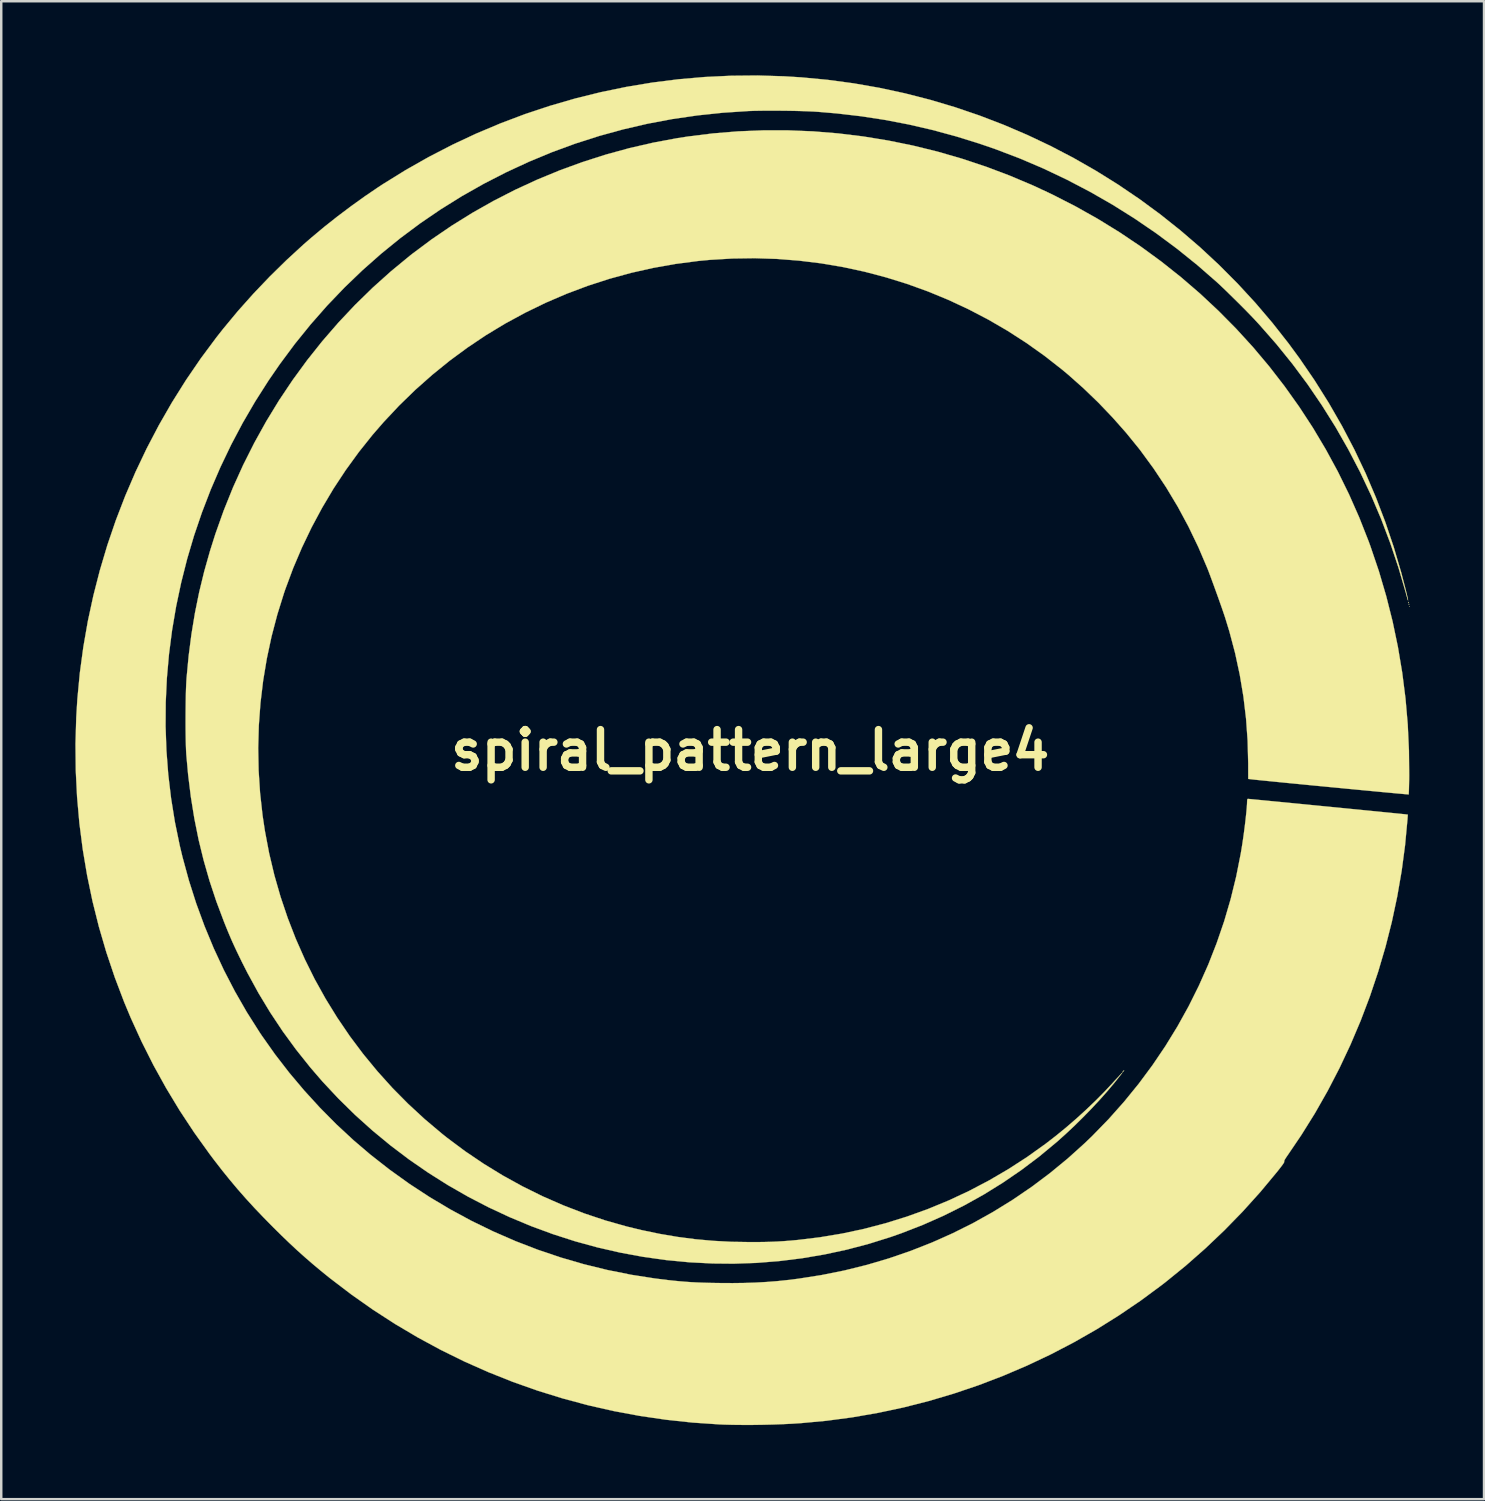
<source format=kicad_pcb>
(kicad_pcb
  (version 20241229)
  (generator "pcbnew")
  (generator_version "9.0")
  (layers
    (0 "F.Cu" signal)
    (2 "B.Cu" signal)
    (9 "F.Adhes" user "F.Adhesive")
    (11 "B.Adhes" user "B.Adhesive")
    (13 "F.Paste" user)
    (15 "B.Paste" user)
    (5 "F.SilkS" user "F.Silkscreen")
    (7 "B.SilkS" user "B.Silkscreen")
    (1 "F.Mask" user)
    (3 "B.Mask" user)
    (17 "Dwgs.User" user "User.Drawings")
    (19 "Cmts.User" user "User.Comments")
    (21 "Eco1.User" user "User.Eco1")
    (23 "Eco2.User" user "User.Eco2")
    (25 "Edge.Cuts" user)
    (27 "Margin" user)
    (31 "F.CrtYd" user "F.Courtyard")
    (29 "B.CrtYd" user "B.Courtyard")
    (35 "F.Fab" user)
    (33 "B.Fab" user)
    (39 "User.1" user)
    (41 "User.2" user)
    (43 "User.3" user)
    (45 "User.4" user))
  (footprint "spiral_pattern_large4"
    (layer "F.Cu")
    (at 27.311 27.311)
    (property "Reference" "spiral_pattern_large4" (at 0 0 0) (layer "F.SilkS") (effects (font (size 1.524 1.524) (thickness 0.3))))
    (attr through_hole)
    (fp_poly (pts (xy 26.691 -5.81) (xy 26.681 -5.8) (xy 26.67 -5.81) (xy 26.681 -5.821) (xy 26.691 -5.81)) (stroke (width 0.01) (type solid)) (fill yes) (layer "F.SilkS"))
    (fp_poly (pts (xy 26.642 -5.994) (xy 26.645 -5.961) (xy 26.64 -5.954) (xy 26.631 -5.96) (xy 26.629 -5.981) (xy 26.635 -6.004) (xy 26.642 -5.994)) (stroke (width 0.01) (type solid)) (fill yes) (layer "F.SilkS"))
    (fp_poly (pts (xy 26.663 -5.92) (xy 26.665 -5.894) (xy 26.663 -5.891) (xy 26.65 -5.894) (xy 26.649 -5.905) (xy 26.657 -5.923) (xy 26.663 -5.92)) (stroke (width 0.01) (type solid)) (fill yes) (layer "F.SilkS"))
    (fp_poly (pts (xy 15.128 12.965) (xy 15.116 12.98) (xy 15.085 13.013) (xy 15.071 13.013) (xy 15.071 13.01) (xy 15.085 12.992) (xy 15.108 12.972) (xy 15.133 12.954) (xy 15.128 12.965)) (stroke (width 0.01) (type solid)) (fill yes) (layer "F.SilkS"))
    (fp_poly (pts (xy 1.535 -25.086) (xy 2.55 -25.045) (xy 3.564 -24.962) (xy 4.574 -24.839) (xy 5.58 -24.675) (xy 6.581 -24.471) (xy 7.575 -24.227) (xy 8.56 -23.942) (xy 9.536 -23.618) (xy 10.501 -23.254) (xy 11.454 -22.851) (xy 12.23 -22.488) (xy 13.161 -22.012) (xy 14.068 -21.502) (xy 14.95 -20.959) (xy 15.805 -20.384) (xy 16.634 -19.778) (xy 17.436 -19.141) (xy 18.209 -18.475) (xy 18.953 -17.779) (xy 19.668 -17.056) (xy 20.353 -16.306) (xy 21.006 -15.529) (xy 21.627 -14.726) (xy 22.216 -13.899) (xy 22.772 -13.048) (xy 23.293 -12.173) (xy 23.78 -11.277) (xy 24.231 -10.359) (xy 24.646 -9.42) (xy 25.024 -8.461) (xy 25.103 -8.244) (xy 25.442 -7.244) (xy 25.739 -6.233) (xy 25.996 -5.212) (xy 26.211 -4.182) (xy 26.385 -3.143) (xy 26.518 -2.097) (xy 26.609 -1.043) (xy 26.658 0.018) (xy 26.667 1.02) (xy 26.665 1.194) (xy 26.662 1.355) (xy 26.659 1.498) (xy 26.656 1.618) (xy 26.652 1.709) (xy 26.649 1.768) (xy 26.646 1.788) (xy 26.624 1.787) (xy 26.563 1.782) (xy 26.465 1.774) (xy 26.334 1.762) (xy 26.172 1.748) (xy 25.981 1.73) (xy 25.766 1.71) (xy 25.527 1.688) (xy 25.269 1.663) (xy 24.994 1.637) (xy 24.705 1.61) (xy 24.404 1.581) (xy 24.095 1.552) (xy 23.78 1.521) (xy 23.462 1.491) (xy 23.144 1.46) (xy 22.828 1.43) (xy 22.518 1.4) (xy 22.216 1.37) (xy 21.925 1.342) (xy 21.648 1.315) (xy 21.387 1.289) (xy 21.146 1.265) (xy 20.927 1.243) (xy 20.733 1.224) (xy 20.566 1.207) (xy 20.43 1.193) (xy 20.328 1.182) (xy 20.262 1.174) (xy 20.252 1.173) (xy 20.153 1.161) (xy 20.152 0.526) (xy 20.129 -0.381) (xy 20.065 -1.279) (xy 19.959 -2.17) (xy 19.811 -3.054) (xy 19.622 -3.933) (xy 19.391 -4.805) (xy 19.216 -5.376) (xy 19.176 -5.495) (xy 19.125 -5.645) (xy 19.064 -5.821) (xy 18.996 -6.014) (xy 18.923 -6.219) (xy 18.847 -6.429) (xy 18.772 -6.637) (xy 18.699 -6.835) (xy 18.632 -7.018) (xy 18.572 -7.178) (xy 18.522 -7.309) (xy 18.499 -7.366) (xy 18.136 -8.217) (xy 17.737 -9.047) (xy 17.302 -9.855) (xy 16.831 -10.64) (xy 16.325 -11.401) (xy 15.785 -12.139) (xy 15.727 -12.213) (xy 15.214 -12.845) (xy 14.665 -13.465) (xy 14.089 -14.068) (xy 13.49 -14.645) (xy 12.877 -15.19) (xy 12.626 -15.4) (xy 11.912 -15.959) (xy 11.174 -16.484) (xy 10.416 -16.973) (xy 9.637 -17.426) (xy 8.84 -17.842) (xy 8.026 -18.222) (xy 7.197 -18.565) (xy 6.353 -18.87) (xy 5.497 -19.136) (xy 4.63 -19.365) (xy 3.753 -19.554) (xy 2.868 -19.704) (xy 1.976 -19.813) (xy 1.079 -19.883) (xy 0.179 -19.912) (xy -0.724 -19.899) (xy -1.628 -19.845) (xy -2.106 -19.8) (xy -3.024 -19.68) (xy -3.93 -19.519) (xy -4.825 -19.318) (xy -5.707 -19.076) (xy -6.577 -18.794) (xy -7.433 -18.472) (xy -8.275 -18.11) (xy -9.103 -17.708) (xy -9.916 -17.267) (xy -9.917 -17.267) (xy -10.689 -16.8) (xy -11.44 -16.297) (xy -12.17 -15.759) (xy -12.875 -15.187) (xy -13.556 -14.583) (xy -14.21 -13.947) (xy -14.835 -13.281) (xy -15.284 -12.764) (xy -15.842 -12.065) (xy -16.369 -11.339) (xy -16.864 -10.588) (xy -17.325 -9.812) (xy -17.752 -9.016) (xy -18.143 -8.2) (xy -18.497 -7.369) (xy -18.812 -6.523) (xy -18.864 -6.371) (xy -19.138 -5.494) (xy -19.371 -4.608) (xy -19.562 -3.715) (xy -19.712 -2.816) (xy -19.82 -1.912) (xy -19.887 -1.004) (xy -19.912 -0.094) (xy -19.895 0.818) (xy -19.836 1.729) (xy -19.735 2.639) (xy -19.64 3.269) (xy -19.469 4.17) (xy -19.258 5.058) (xy -19.007 5.932) (xy -18.717 6.791) (xy -18.39 7.634) (xy -18.025 8.46) (xy -17.624 9.268) (xy -17.186 10.056) (xy -16.713 10.823) (xy -16.206 11.569) (xy -15.665 12.291) (xy -15.09 12.99) (xy -14.484 13.663) (xy -13.845 14.309) (xy -13.175 14.928) (xy -12.474 15.519) (xy -12.262 15.688) (xy -11.535 16.23) (xy -10.783 16.738) (xy -10.009 17.212) (xy -9.214 17.65) (xy -8.4 18.052) (xy -7.569 18.416) (xy -6.723 18.742) (xy -5.864 19.029) (xy -4.993 19.275) (xy -4.403 19.418) (xy -3.664 19.572) (xy -2.94 19.695) (xy -2.222 19.789) (xy -1.499 19.854) (xy -0.761 19.893) (xy 0 19.905) (xy 0.315 19.904) (xy 0.598 19.9) (xy 0.858 19.893) (xy 1.106 19.882) (xy 1.352 19.867) (xy 1.605 19.848) (xy 1.875 19.823) (xy 1.905 19.821) (xy 2.814 19.711) (xy 3.714 19.561) (xy 4.605 19.371) (xy 5.484 19.14) (xy 6.351 18.87) (xy 7.204 18.562) (xy 8.042 18.215) (xy 8.863 17.831) (xy 9.666 17.409) (xy 10.449 16.951) (xy 11.212 16.457) (xy 11.952 15.928) (xy 12.37 15.605) (xy 12.78 15.27) (xy 13.192 14.914) (xy 13.596 14.546) (xy 13.985 14.174) (xy 14.349 13.806) (xy 14.587 13.552) (xy 14.684 13.447) (xy 14.777 13.345) (xy 14.862 13.254) (xy 14.93 13.18) (xy 14.978 13.13) (xy 14.983 13.124) (xy 15.076 13.028) (xy 14.987 13.145) (xy 14.731 13.468) (xy 14.444 13.808) (xy 14.133 14.158) (xy 13.802 14.513) (xy 13.457 14.866) (xy 13.105 15.213) (xy 12.749 15.546) (xy 12.399 15.859) (xy 11.695 16.443) (xy 10.967 16.992) (xy 10.214 17.507) (xy 9.439 17.987) (xy 8.64 18.431) (xy 7.821 18.839) (xy 6.98 19.211) (xy 6.118 19.546) (xy 5.683 19.699) (xy 4.805 19.974) (xy 3.913 20.209) (xy 3.01 20.404) (xy 2.098 20.559) (xy 1.179 20.673) (xy 0.256 20.747) (xy -0.671 20.779) (xy -1.513 20.771) (xy -2.459 20.723) (xy -3.4 20.633) (xy -4.334 20.502) (xy -5.261 20.331) (xy -6.179 20.121) (xy -7.087 19.872) (xy -7.983 19.584) (xy -8.865 19.259) (xy -9.733 18.897) (xy -10.586 18.499) (xy -11.421 18.066) (xy -12.237 17.598) (xy -13.034 17.095) (xy -13.809 16.56) (xy -14.561 15.991) (xy -15.289 15.39) (xy -15.992 14.758) (xy -16.667 14.095) (xy -17.315 13.402) (xy -17.803 12.836) (xy -18.379 12.114) (xy -18.919 11.375) (xy -19.425 10.614) (xy -19.9 9.828) (xy -20.345 9.014) (xy -20.564 8.583) (xy -20.686 8.333) (xy -20.793 8.111) (xy -20.888 7.907) (xy -20.977 7.711) (xy -21.062 7.513) (xy -21.15 7.304) (xy -21.243 7.075) (xy -21.304 6.921) (xy -21.61 6.106) (xy -21.881 5.287) (xy -22.118 4.461) (xy -22.323 3.623) (xy -22.495 2.769) (xy -22.636 1.896) (xy -22.747 0.999) (xy -22.822 0.169) (xy -22.83 0.023) (xy -22.837 -0.16) (xy -22.843 -0.373) (xy -22.847 -0.61) (xy -22.85 -0.865) (xy -22.851 -1.131) (xy -22.85 -1.404) (xy -22.848 -1.675) (xy -22.845 -1.941) (xy -22.841 -2.193) (xy -22.835 -2.427) (xy -22.827 -2.636) (xy -22.818 -2.814) (xy -22.811 -2.921) (xy -22.726 -3.823) (xy -22.613 -4.699) (xy -22.472 -5.554) (xy -22.301 -6.395) (xy -22.098 -7.23) (xy -21.863 -8.063) (xy -21.645 -8.752) (xy -21.308 -9.7) (xy -20.933 -10.631) (xy -20.521 -11.542) (xy -20.073 -12.433) (xy -19.59 -13.304) (xy -19.072 -14.153) (xy -18.52 -14.978) (xy -17.935 -15.779) (xy -17.317 -16.555) (xy -16.668 -17.304) (xy -15.988 -18.026) (xy -15.278 -18.719) (xy -14.539 -19.382) (xy -13.771 -20.015) (xy -13.674 -20.091) (xy -12.889 -20.677) (xy -12.079 -21.229) (xy -11.245 -21.747) (xy -10.39 -22.231) (xy -9.513 -22.68) (xy -8.619 -23.092) (xy -7.707 -23.468) (xy -6.78 -23.806) (xy -5.84 -24.106) (xy -4.889 -24.367) (xy -3.927 -24.588) (xy -2.958 -24.769) (xy -2.518 -24.837) (xy -1.508 -24.962) (xy -0.496 -25.045) (xy 0.519 -25.086) (xy 1.535 -25.086)) (stroke (width 0.01) (type solid)) (fill yes) (layer "F.SilkS"))
    (fp_poly (pts (xy 1.378 -27.273) (xy 2.074 -27.23) (xy 3.134 -27.13) (xy 4.184 -26.989) (xy 5.226 -26.807) (xy 6.256 -26.585) (xy 7.276 -26.324) (xy 8.282 -26.025) (xy 9.275 -25.687) (xy 10.252 -25.312) (xy 11.214 -24.9) (xy 12.159 -24.452) (xy 13.086 -23.968) (xy 13.994 -23.449) (xy 14.881 -22.896) (xy 15.748 -22.308) (xy 16.592 -21.688) (xy 17.412 -21.035) (xy 18.209 -20.35) (xy 18.979 -19.633) (xy 19.723 -18.886) (xy 20.44 -18.108) (xy 21.127 -17.301) (xy 21.785 -16.464) (xy 22.233 -15.854) (xy 22.842 -14.963) (xy 23.414 -14.052) (xy 23.949 -13.122) (xy 24.445 -12.174) (xy 24.904 -11.207) (xy 25.323 -10.224) (xy 25.704 -9.225) (xy 26.046 -8.21) (xy 26.348 -7.18) (xy 26.512 -6.549) (xy 26.553 -6.383) (xy 26.584 -6.25) (xy 26.607 -6.151) (xy 26.619 -6.088) (xy 26.623 -6.062) (xy 26.617 -6.072) (xy 26.601 -6.121) (xy 26.575 -6.209) (xy 26.54 -6.337) (xy 26.531 -6.371) (xy 26.236 -7.382) (xy 25.903 -8.377) (xy 25.533 -9.356) (xy 25.125 -10.317) (xy 24.681 -11.258) (xy 24.201 -12.179) (xy 23.687 -13.079) (xy 23.137 -13.956) (xy 22.555 -14.81) (xy 21.939 -15.638) (xy 21.29 -16.44) (xy 20.61 -17.215) (xy 20.391 -17.452) (xy 20.262 -17.587) (xy 20.111 -17.743) (xy 19.944 -17.912) (xy 19.767 -18.09) (xy 19.585 -18.269) (xy 19.406 -18.445) (xy 19.236 -18.611) (xy 19.079 -18.761) (xy 18.943 -18.889) (xy 18.887 -18.94) (xy 18.097 -19.63) (xy 17.278 -20.29) (xy 16.434 -20.917) (xy 15.565 -21.511) (xy 14.673 -22.071) (xy 13.76 -22.595) (xy 12.827 -23.084) (xy 11.877 -23.536) (xy 10.911 -23.949) (xy 9.93 -24.323) (xy 9.271 -24.55) (xy 8.317 -24.846) (xy 7.368 -25.103) (xy 6.418 -25.323) (xy 5.462 -25.507) (xy 4.493 -25.656) (xy 3.506 -25.771) (xy 2.752 -25.835) (xy 2.562 -25.847) (xy 2.338 -25.857) (xy 2.086 -25.866) (xy 1.814 -25.873) (xy 1.53 -25.878) (xy 1.24 -25.881) (xy 0.952 -25.883) (xy 0.674 -25.883) (xy 0.412 -25.88) (xy 0.175 -25.876) (xy -0.03 -25.869) (xy -0.064 -25.868) (xy -1.106 -25.799) (xy -2.134 -25.691) (xy -3.148 -25.544) (xy -4.149 -25.356) (xy -5.137 -25.127) (xy -6.112 -24.859) (xy -7.075 -24.551) (xy -8.026 -24.202) (xy -8.965 -23.812) (xy -9.88 -23.388) (xy -10.786 -22.923) (xy -11.668 -22.424) (xy -12.525 -21.89) (xy -13.357 -21.323) (xy -14.163 -20.722) (xy -14.942 -20.089) (xy -15.695 -19.423) (xy -16.42 -18.726) (xy -17.117 -17.998) (xy -17.786 -17.238) (xy -18.425 -16.449) (xy -19.034 -15.629) (xy -19.492 -14.965) (xy -20.034 -14.114) (xy -20.54 -13.245) (xy -21.008 -12.361) (xy -21.439 -11.461) (xy -21.833 -10.548) (xy -22.189 -9.622) (xy -22.508 -8.686) (xy -22.788 -7.74) (xy -23.029 -6.785) (xy -23.233 -5.824) (xy -23.397 -4.858) (xy -23.522 -3.887) (xy -23.608 -2.914) (xy -23.654 -1.939) (xy -23.66 -0.964) (xy -23.626 0.01) (xy -23.552 0.981) (xy -23.437 1.948) (xy -23.282 2.91) (xy -23.085 3.866) (xy -22.975 4.325) (xy -22.717 5.27) (xy -22.42 6.201) (xy -22.084 7.117) (xy -21.711 8.017) (xy -21.302 8.897) (xy -20.856 9.757) (xy -20.375 10.596) (xy -19.859 11.41) (xy -19.768 11.546) (xy -19.23 12.308) (xy -18.655 13.052) (xy -18.046 13.775) (xy -17.407 14.474) (xy -16.742 15.145) (xy -16.052 15.785) (xy -15.378 16.36) (xy -14.6 16.969) (xy -13.801 17.543) (xy -12.979 18.081) (xy -12.138 18.582) (xy -11.278 19.047) (xy -10.399 19.474) (xy -9.505 19.864) (xy -8.595 20.215) (xy -7.671 20.527) (xy -6.734 20.8) (xy -5.785 21.033) (xy -4.825 21.226) (xy -3.857 21.377) (xy -3.344 21.441) (xy -3.084 21.469) (xy -2.843 21.492) (xy -2.613 21.511) (xy -2.385 21.527) (xy -2.151 21.539) (xy -1.902 21.548) (xy -1.631 21.556) (xy -1.328 21.561) (xy -1.228 21.562) (xy -0.715 21.565) (xy -0.236 21.559) (xy 0.22 21.544) (xy 0.66 21.519) (xy 1.094 21.485) (xy 1.531 21.439) (xy 1.947 21.387) (xy 2.884 21.24) (xy 3.809 21.054) (xy 4.72 20.828) (xy 5.616 20.563) (xy 6.496 20.26) (xy 7.36 19.92) (xy 8.206 19.542) (xy 9.033 19.128) (xy 9.839 18.677) (xy 10.625 18.191) (xy 11.389 17.67) (xy 12.13 17.114) (xy 12.847 16.524) (xy 13.539 15.9) (xy 13.851 15.6) (xy 14.508 14.924) (xy 15.132 14.222) (xy 15.723 13.495) (xy 16.28 12.744) (xy 16.803 11.97) (xy 17.291 11.175) (xy 17.743 10.359) (xy 18.158 9.525) (xy 18.537 8.673) (xy 18.877 7.804) (xy 19.18 6.921) (xy 19.443 6.023) (xy 19.666 5.113) (xy 19.849 4.192) (xy 19.885 3.979) (xy 19.917 3.777) (xy 19.949 3.561) (xy 19.98 3.337) (xy 20.009 3.113) (xy 20.036 2.893) (xy 20.059 2.684) (xy 20.079 2.492) (xy 20.094 2.324) (xy 20.104 2.184) (xy 20.108 2.079) (xy 20.108 2.069) (xy 20.112 2.005) (xy 20.124 1.975) (xy 20.142 1.968) (xy 20.168 1.971) (xy 20.232 1.976) (xy 20.333 1.986) (xy 20.468 1.999) (xy 20.634 2.015) (xy 20.827 2.033) (xy 21.046 2.055) (xy 21.287 2.078) (xy 21.548 2.103) (xy 21.825 2.13) (xy 22.116 2.159) (xy 22.418 2.188) (xy 22.728 2.219) (xy 23.044 2.25) (xy 23.363 2.281) (xy 23.681 2.312) (xy 23.995 2.343) (xy 24.304 2.374) (xy 24.605 2.403) (xy 24.893 2.432) (xy 25.168 2.459) (xy 25.425 2.484) (xy 25.661 2.508) (xy 25.875 2.529) (xy 26.064 2.548) (xy 26.224 2.564) (xy 26.352 2.577) (xy 26.446 2.586) (xy 26.503 2.592) (xy 26.519 2.594) (xy 26.612 2.607) (xy 26.598 2.801) (xy 26.501 3.843) (xy 26.363 4.882) (xy 26.184 5.915) (xy 25.966 6.942) (xy 25.708 7.959) (xy 25.411 8.966) (xy 25.077 9.961) (xy 24.705 10.941) (xy 24.296 11.906) (xy 23.851 12.853) (xy 23.371 13.78) (xy 22.856 14.686) (xy 22.306 15.568) (xy 21.771 16.358) (xy 21.696 16.467) (xy 21.645 16.547) (xy 21.616 16.601) (xy 21.606 16.634) (xy 21.61 16.646) (xy 21.61 16.664) (xy 21.594 16.699) (xy 21.558 16.754) (xy 21.5 16.833) (xy 21.42 16.937) (xy 21.314 17.071) (xy 21.312 17.073) (xy 20.637 17.884) (xy 19.927 18.671) (xy 19.186 19.431) (xy 18.416 20.163) (xy 17.62 20.864) (xy 16.799 21.531) (xy 16.658 21.64) (xy 15.803 22.272) (xy 14.924 22.869) (xy 14.024 23.432) (xy 13.104 23.958) (xy 12.164 24.448) (xy 11.207 24.901) (xy 10.233 25.317) (xy 9.245 25.695) (xy 8.243 26.034) (xy 7.229 26.335) (xy 6.205 26.596) (xy 5.171 26.816) (xy 4.129 26.997) (xy 3.081 27.136) (xy 2.074 27.23) (xy 1.713 27.254) (xy 1.325 27.273) (xy 0.92 27.288) (xy 0.506 27.298) (xy 0.093 27.304) (xy -0.31 27.304) (xy -0.694 27.3) (xy -1.051 27.291) (xy -1.259 27.282) (xy -2.339 27.209) (xy -3.409 27.094) (xy -4.471 26.939) (xy -5.523 26.743) (xy -6.564 26.507) (xy -7.592 26.231) (xy -8.608 25.916) (xy -9.61 25.562) (xy -10.596 25.169) (xy -11.567 24.738) (xy -12.521 24.269) (xy -13.457 23.762) (xy -14.374 23.219) (xy -15.272 22.638) (xy -16.148 22.021) (xy -17.003 21.369) (xy -17.062 21.322) (xy -17.402 21.046) (xy -17.722 20.778) (xy -18.03 20.511) (xy -18.334 20.239) (xy -18.64 19.953) (xy -18.957 19.649) (xy -19.292 19.318) (xy -19.305 19.305) (xy -19.698 18.905) (xy -20.064 18.522) (xy -20.407 18.147) (xy -20.736 17.773) (xy -21.056 17.392) (xy -21.375 16.997) (xy -21.699 16.579) (xy -21.886 16.33) (xy -22.503 15.469) (xy -23.088 14.583) (xy -23.638 13.672) (xy -24.154 12.74) (xy -24.632 11.79) (xy -25.073 10.823) (xy -25.336 10.193) (xy -25.717 9.189) (xy -26.058 8.174) (xy -26.358 7.148) (xy -26.617 6.112) (xy -26.835 5.067) (xy -27.012 4.014) (xy -27.148 2.955) (xy -27.242 1.889) (xy -27.295 0.819) (xy -27.306 -0.256) (xy -27.275 -1.333) (xy -27.23 -2.074) (xy -27.13 -3.131) (xy -26.988 -4.181) (xy -26.806 -5.224) (xy -26.582 -6.26) (xy -26.319 -7.285) (xy -26.017 -8.299) (xy -25.675 -9.301) (xy -25.295 -10.288) (xy -24.877 -11.261) (xy -24.422 -12.217) (xy -23.93 -13.156) (xy -23.402 -14.075) (xy -22.838 -14.974) (xy -22.239 -15.851) (xy -21.605 -16.704) (xy -21.324 -17.061) (xy -20.732 -17.774) (xy -20.103 -18.479) (xy -19.446 -19.168) (xy -18.766 -19.835) (xy -18.071 -20.474) (xy -17.739 -20.762) (xy -17.237 -21.181) (xy -16.706 -21.601) (xy -16.157 -22.014) (xy -15.604 -22.411) (xy -15.056 -22.784) (xy -14.87 -22.906) (xy -13.95 -23.476) (xy -13.013 -24.007) (xy -12.059 -24.5) (xy -11.091 -24.954) (xy -10.108 -25.368) (xy -9.112 -25.744) (xy -8.103 -26.079) (xy -7.083 -26.375) (xy -6.052 -26.63) (xy -5.012 -26.845) (xy -3.963 -27.02) (xy -2.906 -27.153) (xy -1.843 -27.245) (xy -0.774 -27.296) (xy 0.3 -27.306) (xy 1.378 -27.273)) (stroke (width 0.01) (type solid)) (fill yes) (layer "F.SilkS")))
  (gr_rect
    (start -3 -3)
    (end 57.007 57.62)
    (stroke (width 0.1) (type default))
    (fill no)
    (layer "Edge.Cuts")))
</source>
